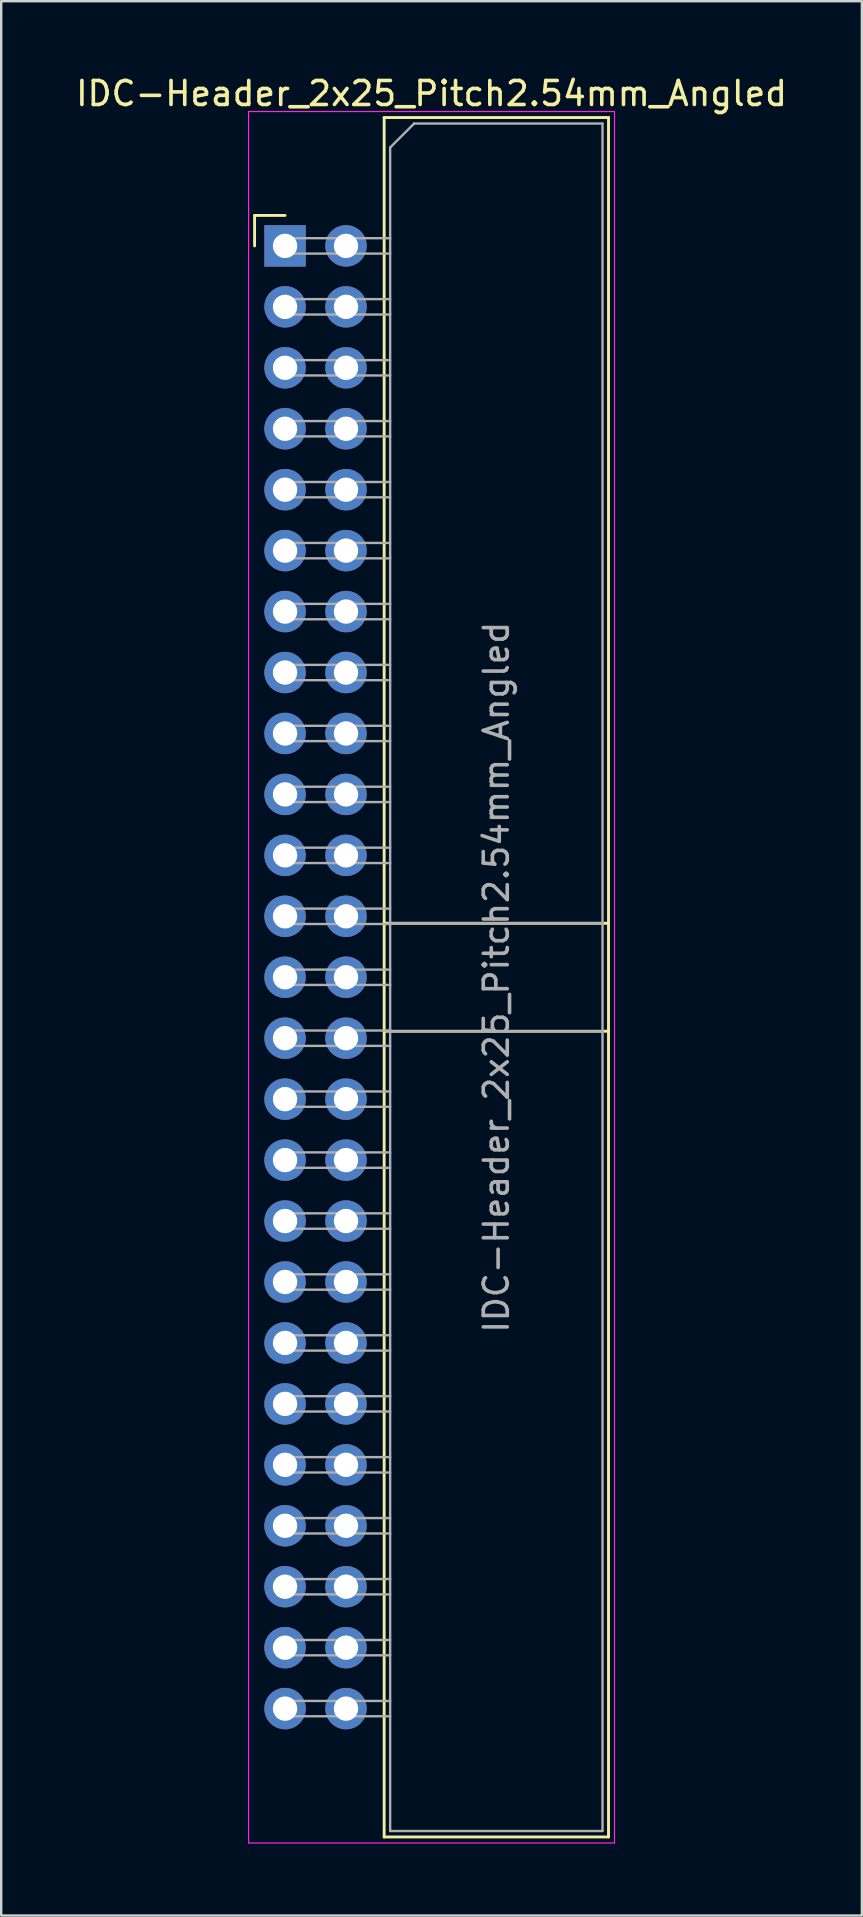
<source format=kicad_pcb>
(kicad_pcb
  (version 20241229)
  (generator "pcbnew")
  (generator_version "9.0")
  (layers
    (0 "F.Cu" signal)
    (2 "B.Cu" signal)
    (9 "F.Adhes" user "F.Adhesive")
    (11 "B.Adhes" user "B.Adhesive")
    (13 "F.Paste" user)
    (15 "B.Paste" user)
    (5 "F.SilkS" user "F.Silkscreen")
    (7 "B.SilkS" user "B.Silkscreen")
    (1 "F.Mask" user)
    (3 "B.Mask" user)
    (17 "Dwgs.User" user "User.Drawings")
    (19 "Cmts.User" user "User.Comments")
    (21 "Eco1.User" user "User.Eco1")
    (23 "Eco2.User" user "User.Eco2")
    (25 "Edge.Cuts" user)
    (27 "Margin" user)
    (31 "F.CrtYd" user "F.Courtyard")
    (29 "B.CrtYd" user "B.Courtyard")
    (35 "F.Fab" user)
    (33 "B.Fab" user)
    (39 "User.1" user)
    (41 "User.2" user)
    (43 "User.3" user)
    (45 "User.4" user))
  (footprint "IDC-Header_2x25_Pitch2.54mm_Angled"
    (layer "F.Cu")
    (at 8.83 7.198)
    (property "Reference" "IDC-Header_2x25_Pitch2.54mm_Angled" (at 6.105 -6.35 0) (layer "F.SilkS") (effects (font (size 1 1) (thickness 0.15))))
    (attr through_hole)
    (fp_line (start -1.27 -1.27) (end -1.27 0) (stroke (width 0.12) (type solid)) (layer "F.SilkS"))
    (fp_line (start 0 -1.27) (end -1.27 -1.27) (stroke (width 0.12) (type solid)) (layer "F.SilkS"))
    (fp_line (start 4.13 -5.35) (end 13.48 -5.35) (stroke (width 0.12) (type solid)) (layer "F.SilkS"))
    (fp_line (start 4.13 28.23) (end 13.48 28.23) (stroke (width 0.12) (type solid)) (layer "F.SilkS"))
    (fp_line (start 4.13 32.73) (end 13.48 32.73) (stroke (width 0.12) (type solid)) (layer "F.SilkS"))
    (fp_line (start 4.13 66.31) (end 4.13 -5.35) (stroke (width 0.12) (type solid)) (layer "F.SilkS"))
    (fp_line (start 4.13 66.31) (end 13.48 66.31) (stroke (width 0.12) (type solid)) (layer "F.SilkS"))
    (fp_line (start 13.48 -5.35) (end 13.48 66.31) (stroke (width 0.12) (type solid)) (layer "F.SilkS"))
    (fp_line (start -1.52 -5.6) (end 13.73 -5.6) (stroke (width 0.05) (type solid)) (layer "F.CrtYd"))
    (fp_line (start -1.52 66.56) (end -1.52 -5.6) (stroke (width 0.05) (type solid)) (layer "F.CrtYd"))
    (fp_line (start 13.73 -5.6) (end 13.73 66.56) (stroke (width 0.05) (type solid)) (layer "F.CrtYd"))
    (fp_line (start 13.73 66.56) (end -1.52 66.56) (stroke (width 0.05) (type solid)) (layer "F.CrtYd"))
    (fp_line (start -0.32 -0.32) (end -0.32 0.32) (stroke (width 0.1) (type solid)) (layer "F.Fab"))
    (fp_line (start -0.32 0.32) (end 4.38 0.32) (stroke (width 0.1) (type solid)) (layer "F.Fab"))
    (fp_line (start -0.32 2.22) (end -0.32 2.86) (stroke (width 0.1) (type solid)) (layer "F.Fab"))
    (fp_line (start -0.32 2.86) (end 4.38 2.86) (stroke (width 0.1) (type solid)) (layer "F.Fab"))
    (fp_line (start -0.32 4.76) (end -0.32 5.4) (stroke (width 0.1) (type solid)) (layer "F.Fab"))
    (fp_line (start -0.32 5.4) (end 4.38 5.4) (stroke (width 0.1) (type solid)) (layer "F.Fab"))
    (fp_line (start -0.32 7.3) (end -0.32 7.94) (stroke (width 0.1) (type solid)) (layer "F.Fab"))
    (fp_line (start -0.32 7.94) (end 4.38 7.94) (stroke (width 0.1) (type solid)) (layer "F.Fab"))
    (fp_line (start -0.32 9.84) (end -0.32 10.48) (stroke (width 0.1) (type solid)) (layer "F.Fab"))
    (fp_line (start -0.32 10.48) (end 4.38 10.48) (stroke (width 0.1) (type solid)) (layer "F.Fab"))
    (fp_line (start -0.32 12.38) (end -0.32 13.02) (stroke (width 0.1) (type solid)) (layer "F.Fab"))
    (fp_line (start -0.32 13.02) (end 4.38 13.02) (stroke (width 0.1) (type solid)) (layer "F.Fab"))
    (fp_line (start -0.32 14.92) (end -0.32 15.56) (stroke (width 0.1) (type solid)) (layer "F.Fab"))
    (fp_line (start -0.32 15.56) (end 4.38 15.56) (stroke (width 0.1) (type solid)) (layer "F.Fab"))
    (fp_line (start -0.32 17.46) (end -0.32 18.1) (stroke (width 0.1) (type solid)) (layer "F.Fab"))
    (fp_line (start -0.32 18.1) (end 4.38 18.1) (stroke (width 0.1) (type solid)) (layer "F.Fab"))
    (fp_line (start -0.32 20) (end -0.32 20.64) (stroke (width 0.1) (type solid)) (layer "F.Fab"))
    (fp_line (start -0.32 20.64) (end 4.38 20.64) (stroke (width 0.1) (type solid)) (layer "F.Fab"))
    (fp_line (start -0.32 22.54) (end -0.32 23.18) (stroke (width 0.1) (type solid)) (layer "F.Fab"))
    (fp_line (start -0.32 23.18) (end 4.38 23.18) (stroke (width 0.1) (type solid)) (layer "F.Fab"))
    (fp_line (start -0.32 25.08) (end -0.32 25.72) (stroke (width 0.1) (type solid)) (layer "F.Fab"))
    (fp_line (start -0.32 25.72) (end 4.38 25.72) (stroke (width 0.1) (type solid)) (layer "F.Fab"))
    (fp_line (start -0.32 27.62) (end -0.32 28.26) (stroke (width 0.1) (type solid)) (layer "F.Fab"))
    (fp_line (start -0.32 28.26) (end 4.38 28.26) (stroke (width 0.1) (type solid)) (layer "F.Fab"))
    (fp_line (start -0.32 30.16) (end -0.32 30.8) (stroke (width 0.1) (type solid)) (layer "F.Fab"))
    (fp_line (start -0.32 30.8) (end 4.38 30.8) (stroke (width 0.1) (type solid)) (layer "F.Fab"))
    (fp_line (start -0.32 32.7) (end -0.32 33.34) (stroke (width 0.1) (type solid)) (layer "F.Fab"))
    (fp_line (start -0.32 33.34) (end 4.38 33.34) (stroke (width 0.1) (type solid)) (layer "F.Fab"))
    (fp_line (start -0.32 35.24) (end -0.32 35.88) (stroke (width 0.1) (type solid)) (layer "F.Fab"))
    (fp_line (start -0.32 35.88) (end 4.38 35.88) (stroke (width 0.1) (type solid)) (layer "F.Fab"))
    (fp_line (start -0.32 37.78) (end -0.32 38.42) (stroke (width 0.1) (type solid)) (layer "F.Fab"))
    (fp_line (start -0.32 38.42) (end 4.38 38.42) (stroke (width 0.1) (type solid)) (layer "F.Fab"))
    (fp_line (start -0.32 40.32) (end -0.32 40.96) (stroke (width 0.1) (type solid)) (layer "F.Fab"))
    (fp_line (start -0.32 40.96) (end 4.38 40.96) (stroke (width 0.1) (type solid)) (layer "F.Fab"))
    (fp_line (start -0.32 42.86) (end -0.32 43.5) (stroke (width 0.1) (type solid)) (layer "F.Fab"))
    (fp_line (start -0.32 43.5) (end 4.38 43.5) (stroke (width 0.1) (type solid)) (layer "F.Fab"))
    (fp_line (start -0.32 45.4) (end -0.32 46.04) (stroke (width 0.1) (type solid)) (layer "F.Fab"))
    (fp_line (start -0.32 46.04) (end 4.38 46.04) (stroke (width 0.1) (type solid)) (layer "F.Fab"))
    (fp_line (start -0.32 47.94) (end -0.32 48.58) (stroke (width 0.1) (type solid)) (layer "F.Fab"))
    (fp_line (start -0.32 48.58) (end 4.38 48.58) (stroke (width 0.1) (type solid)) (layer "F.Fab"))
    (fp_line (start -0.32 50.48) (end -0.32 51.12) (stroke (width 0.1) (type solid)) (layer "F.Fab"))
    (fp_line (start -0.32 51.12) (end 4.38 51.12) (stroke (width 0.1) (type solid)) (layer "F.Fab"))
    (fp_line (start -0.32 53.02) (end -0.32 53.66) (stroke (width 0.1) (type solid)) (layer "F.Fab"))
    (fp_line (start -0.32 53.66) (end 4.38 53.66) (stroke (width 0.1) (type solid)) (layer "F.Fab"))
    (fp_line (start -0.32 55.56) (end -0.32 56.2) (stroke (width 0.1) (type solid)) (layer "F.Fab"))
    (fp_line (start -0.32 56.2) (end 4.38 56.2) (stroke (width 0.1) (type solid)) (layer "F.Fab"))
    (fp_line (start -0.32 58.1) (end -0.32 58.74) (stroke (width 0.1) (type solid)) (layer "F.Fab"))
    (fp_line (start -0.32 58.74) (end 4.38 58.74) (stroke (width 0.1) (type solid)) (layer "F.Fab"))
    (fp_line (start -0.32 60.64) (end -0.32 61.28) (stroke (width 0.1) (type solid)) (layer "F.Fab"))
    (fp_line (start -0.32 61.28) (end 4.38 61.28) (stroke (width 0.1) (type solid)) (layer "F.Fab"))
    (fp_line (start 4.38 -4.1) (end 5.38 -5.1) (stroke (width 0.1) (type solid)) (layer "F.Fab"))
    (fp_line (start 4.38 -0.32) (end -0.32 -0.32) (stroke (width 0.1) (type solid)) (layer "F.Fab"))
    (fp_line (start 4.38 2.22) (end -0.32 2.22) (stroke (width 0.1) (type solid)) (layer "F.Fab"))
    (fp_line (start 4.38 4.76) (end -0.32 4.76) (stroke (width 0.1) (type solid)) (layer "F.Fab"))
    (fp_line (start 4.38 7.3) (end -0.32 7.3) (stroke (width 0.1) (type solid)) (layer "F.Fab"))
    (fp_line (start 4.38 9.84) (end -0.32 9.84) (stroke (width 0.1) (type solid)) (layer "F.Fab"))
    (fp_line (start 4.38 12.38) (end -0.32 12.38) (stroke (width 0.1) (type solid)) (layer "F.Fab"))
    (fp_line (start 4.38 14.92) (end -0.32 14.92) (stroke (width 0.1) (type solid)) (layer "F.Fab"))
    (fp_line (start 4.38 17.46) (end -0.32 17.46) (stroke (width 0.1) (type solid)) (layer "F.Fab"))
    (fp_line (start 4.38 20) (end -0.32 20) (stroke (width 0.1) (type solid)) (layer "F.Fab"))
    (fp_line (start 4.38 22.54) (end -0.32 22.54) (stroke (width 0.1) (type solid)) (layer "F.Fab"))
    (fp_line (start 4.38 25.08) (end -0.32 25.08) (stroke (width 0.1) (type solid)) (layer "F.Fab"))
    (fp_line (start 4.38 27.62) (end -0.32 27.62) (stroke (width 0.1) (type solid)) (layer "F.Fab"))
    (fp_line (start 4.38 28.23) (end 13.23 28.23) (stroke (width 0.1) (type solid)) (layer "F.Fab"))
    (fp_line (start 4.38 30.16) (end -0.32 30.16) (stroke (width 0.1) (type solid)) (layer "F.Fab"))
    (fp_line (start 4.38 32.7) (end -0.32 32.7) (stroke (width 0.1) (type solid)) (layer "F.Fab"))
    (fp_line (start 4.38 32.73) (end 13.23 32.73) (stroke (width 0.1) (type solid)) (layer "F.Fab"))
    (fp_line (start 4.38 35.24) (end -0.32 35.24) (stroke (width 0.1) (type solid)) (layer "F.Fab"))
    (fp_line (start 4.38 37.78) (end -0.32 37.78) (stroke (width 0.1) (type solid)) (layer "F.Fab"))
    (fp_line (start 4.38 40.32) (end -0.32 40.32) (stroke (width 0.1) (type solid)) (layer "F.Fab"))
    (fp_line (start 4.38 42.86) (end -0.32 42.86) (stroke (width 0.1) (type solid)) (layer "F.Fab"))
    (fp_line (start 4.38 45.4) (end -0.32 45.4) (stroke (width 0.1) (type solid)) (layer "F.Fab"))
    (fp_line (start 4.38 47.94) (end -0.32 47.94) (stroke (width 0.1) (type solid)) (layer "F.Fab"))
    (fp_line (start 4.38 50.48) (end -0.32 50.48) (stroke (width 0.1) (type solid)) (layer "F.Fab"))
    (fp_line (start 4.38 53.02) (end -0.32 53.02) (stroke (width 0.1) (type solid)) (layer "F.Fab"))
    (fp_line (start 4.38 55.56) (end -0.32 55.56) (stroke (width 0.1) (type solid)) (layer "F.Fab"))
    (fp_line (start 4.38 58.1) (end -0.32 58.1) (stroke (width 0.1) (type solid)) (layer "F.Fab"))
    (fp_line (start 4.38 60.64) (end -0.32 60.64) (stroke (width 0.1) (type solid)) (layer "F.Fab"))
    (fp_line (start 4.38 66.06) (end 4.38 -4.1) (stroke (width 0.1) (type solid)) (layer "F.Fab"))
    (fp_line (start 4.38 66.06) (end 13.23 66.06) (stroke (width 0.1) (type solid)) (layer "F.Fab"))
    (fp_line (start 5.38 -5.1) (end 13.23 -5.1) (stroke (width 0.1) (type solid)) (layer "F.Fab"))
    (fp_line (start 13.23 66.06) (end 13.23 -5.1) (stroke (width 0.1) (type solid)) (layer "F.Fab"))
    (fp_text user "${REFERENCE}" (at 8.805 30.48 90) (layer "F.Fab") (effects (font (size 1 1) (thickness 0.15))))
    (pad "1" thru_hole rect (at 0 0) (size 1.727 1.727) (drill 1.016) (layers "*.Cu" "*.Mask"))
    (pad "2" thru_hole oval (at 2.54 0) (size 1.727 1.727) (drill 1.016) (layers "*.Cu" "*.Mask"))
    (pad "3" thru_hole oval (at 0 2.54) (size 1.727 1.727) (drill 1.016) (layers "*.Cu" "*.Mask"))
    (pad "4" thru_hole oval (at 2.54 2.54) (size 1.727 1.727) (drill 1.016) (layers "*.Cu" "*.Mask"))
    (pad "5" thru_hole oval (at 0 5.08) (size 1.727 1.727) (drill 1.016) (layers "*.Cu" "*.Mask"))
    (pad "6" thru_hole oval (at 2.54 5.08) (size 1.727 1.727) (drill 1.016) (layers "*.Cu" "*.Mask"))
    (pad "7" thru_hole oval (at 0 7.62) (size 1.727 1.727) (drill 1.016) (layers "*.Cu" "*.Mask"))
    (pad "8" thru_hole oval (at 2.54 7.62) (size 1.727 1.727) (drill 1.016) (layers "*.Cu" "*.Mask"))
    (pad "9" thru_hole oval (at 0 10.16) (size 1.727 1.727) (drill 1.016) (layers "*.Cu" "*.Mask"))
    (pad "10" thru_hole oval (at 2.54 10.16) (size 1.727 1.727) (drill 1.016) (layers "*.Cu" "*.Mask"))
    (pad "11" thru_hole oval (at 0 12.7) (size 1.727 1.727) (drill 1.016) (layers "*.Cu" "*.Mask"))
    (pad "12" thru_hole oval (at 2.54 12.7) (size 1.727 1.727) (drill 1.016) (layers "*.Cu" "*.Mask"))
    (pad "13" thru_hole oval (at 0 15.24) (size 1.727 1.727) (drill 1.016) (layers "*.Cu" "*.Mask"))
    (pad "14" thru_hole oval (at 2.54 15.24) (size 1.727 1.727) (drill 1.016) (layers "*.Cu" "*.Mask"))
    (pad "15" thru_hole oval (at 0 17.78) (size 1.727 1.727) (drill 1.016) (layers "*.Cu" "*.Mask"))
    (pad "16" thru_hole oval (at 2.54 17.78) (size 1.727 1.727) (drill 1.016) (layers "*.Cu" "*.Mask"))
    (pad "17" thru_hole oval (at 0 20.32) (size 1.727 1.727) (drill 1.016) (layers "*.Cu" "*.Mask"))
    (pad "18" thru_hole oval (at 2.54 20.32) (size 1.727 1.727) (drill 1.016) (layers "*.Cu" "*.Mask"))
    (pad "19" thru_hole oval (at 0 22.86) (size 1.727 1.727) (drill 1.016) (layers "*.Cu" "*.Mask"))
    (pad "20" thru_hole oval (at 2.54 22.86) (size 1.727 1.727) (drill 1.016) (layers "*.Cu" "*.Mask"))
    (pad "21" thru_hole oval (at 0 25.4) (size 1.727 1.727) (drill 1.016) (layers "*.Cu" "*.Mask"))
    (pad "22" thru_hole oval (at 2.54 25.4) (size 1.727 1.727) (drill 1.016) (layers "*.Cu" "*.Mask"))
    (pad "23" thru_hole oval (at 0 27.94) (size 1.727 1.727) (drill 1.016) (layers "*.Cu" "*.Mask"))
    (pad "24" thru_hole oval (at 2.54 27.94) (size 1.727 1.727) (drill 1.016) (layers "*.Cu" "*.Mask"))
    (pad "25" thru_hole oval (at 0 30.48) (size 1.727 1.727) (drill 1.016) (layers "*.Cu" "*.Mask"))
    (pad "26" thru_hole oval (at 2.54 30.48) (size 1.727 1.727) (drill 1.016) (layers "*.Cu" "*.Mask"))
    (pad "27" thru_hole oval (at 0 33.02) (size 1.727 1.727) (drill 1.016) (layers "*.Cu" "*.Mask"))
    (pad "28" thru_hole oval (at 2.54 33.02) (size 1.727 1.727) (drill 1.016) (layers "*.Cu" "*.Mask"))
    (pad "29" thru_hole oval (at 0 35.56) (size 1.727 1.727) (drill 1.016) (layers "*.Cu" "*.Mask"))
    (pad "30" thru_hole oval (at 2.54 35.56) (size 1.727 1.727) (drill 1.016) (layers "*.Cu" "*.Mask"))
    (pad "31" thru_hole oval (at 0 38.1) (size 1.727 1.727) (drill 1.016) (layers "*.Cu" "*.Mask"))
    (pad "32" thru_hole oval (at 2.54 38.1) (size 1.727 1.727) (drill 1.016) (layers "*.Cu" "*.Mask"))
    (pad "33" thru_hole oval (at 0 40.64) (size 1.727 1.727) (drill 1.016) (layers "*.Cu" "*.Mask"))
    (pad "34" thru_hole oval (at 2.54 40.64) (size 1.727 1.727) (drill 1.016) (layers "*.Cu" "*.Mask"))
    (pad "35" thru_hole oval (at 0 43.18) (size 1.727 1.727) (drill 1.016) (layers "*.Cu" "*.Mask"))
    (pad "36" thru_hole oval (at 2.54 43.18) (size 1.727 1.727) (drill 1.016) (layers "*.Cu" "*.Mask"))
    (pad "37" thru_hole oval (at 0 45.72) (size 1.727 1.727) (drill 1.016) (layers "*.Cu" "*.Mask"))
    (pad "38" thru_hole oval (at 2.54 45.72) (size 1.727 1.727) (drill 1.016) (layers "*.Cu" "*.Mask"))
    (pad "39" thru_hole oval (at 0 48.26) (size 1.727 1.727) (drill 1.016) (layers "*.Cu" "*.Mask"))
    (pad "40" thru_hole oval (at 2.54 48.26) (size 1.727 1.727) (drill 1.016) (layers "*.Cu" "*.Mask"))
    (pad "41" thru_hole oval (at 0 50.8) (size 1.727 1.727) (drill 1.016) (layers "*.Cu" "*.Mask"))
    (pad "42" thru_hole oval (at 2.54 50.8) (size 1.727 1.727) (drill 1.016) (layers "*.Cu" "*.Mask"))
    (pad "43" thru_hole oval (at 0 53.34) (size 1.727 1.727) (drill 1.016) (layers "*.Cu" "*.Mask"))
    (pad "44" thru_hole oval (at 2.54 53.34) (size 1.727 1.727) (drill 1.016) (layers "*.Cu" "*.Mask"))
    (pad "45" thru_hole oval (at 0 55.88) (size 1.727 1.727) (drill 1.016) (layers "*.Cu" "*.Mask"))
    (pad "46" thru_hole oval (at 2.54 55.88) (size 1.727 1.727) (drill 1.016) (layers "*.Cu" "*.Mask"))
    (pad "47" thru_hole oval (at 0 58.42) (size 1.727 1.727) (drill 1.016) (layers "*.Cu" "*.Mask"))
    (pad "48" thru_hole oval (at 2.54 58.42) (size 1.727 1.727) (drill 1.016) (layers "*.Cu" "*.Mask"))
    (pad "49" thru_hole oval (at 0 60.96) (size 1.727 1.727) (drill 1.016) (layers "*.Cu" "*.Mask"))
    (pad "50" thru_hole oval (at 2.54 60.96) (size 1.727 1.727) (drill 1.016) (layers "*.Cu" "*.Mask")))
  (gr_rect
    (start -3 -3)
    (end 32.869 76.783)
    (stroke (width 0.1) (type default))
    (fill no)
    (layer "Edge.Cuts")))
</source>
